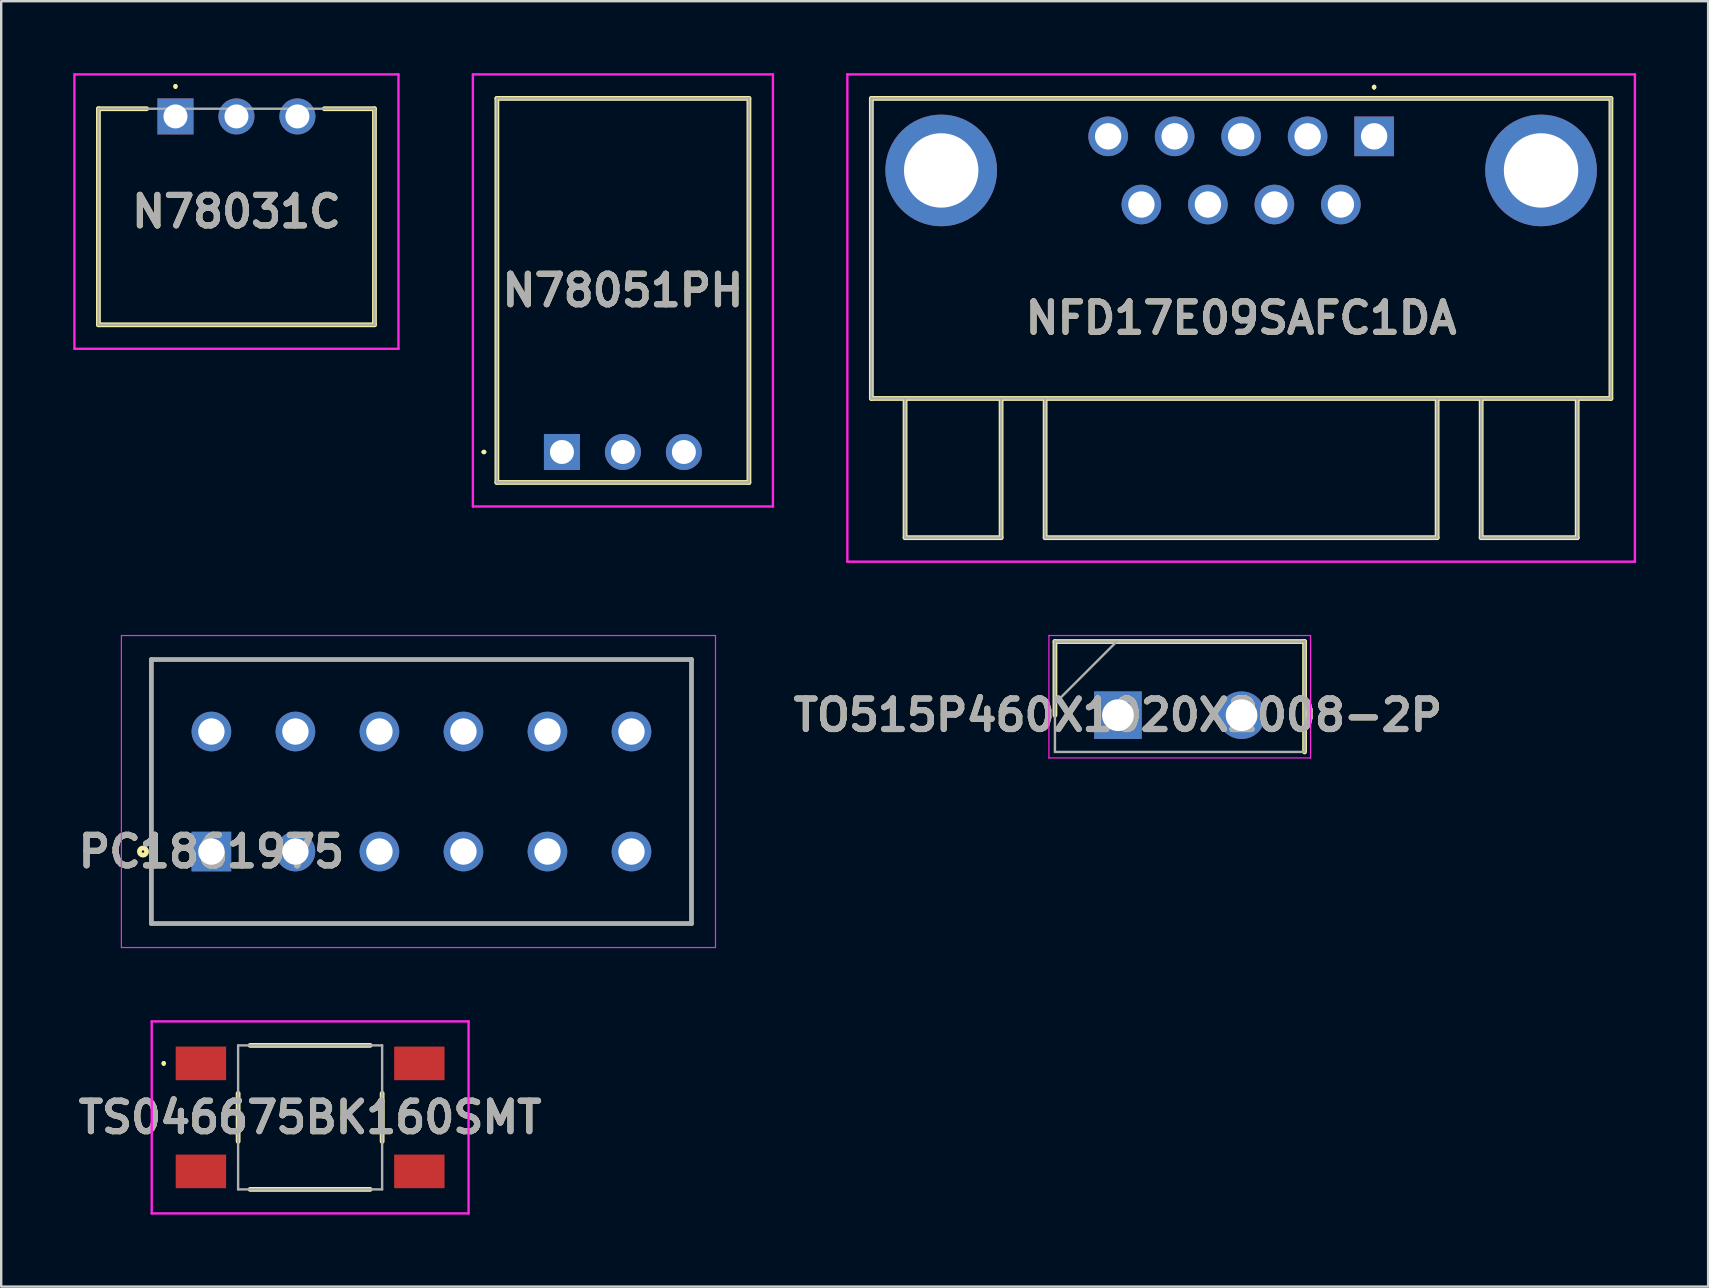
<source format=kicad_pcb>
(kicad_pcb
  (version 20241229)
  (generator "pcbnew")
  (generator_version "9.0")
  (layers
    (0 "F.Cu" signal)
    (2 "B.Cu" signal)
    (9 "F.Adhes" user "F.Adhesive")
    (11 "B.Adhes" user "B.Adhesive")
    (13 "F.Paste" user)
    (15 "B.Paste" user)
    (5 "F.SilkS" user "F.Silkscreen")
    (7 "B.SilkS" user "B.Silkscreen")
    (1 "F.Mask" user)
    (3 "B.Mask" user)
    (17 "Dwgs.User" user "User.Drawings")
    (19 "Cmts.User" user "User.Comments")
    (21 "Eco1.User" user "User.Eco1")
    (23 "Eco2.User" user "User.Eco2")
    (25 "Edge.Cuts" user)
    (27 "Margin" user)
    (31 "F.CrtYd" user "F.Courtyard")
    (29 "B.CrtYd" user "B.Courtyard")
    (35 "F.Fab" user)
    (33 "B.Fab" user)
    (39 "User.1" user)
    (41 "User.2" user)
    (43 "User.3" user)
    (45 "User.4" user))
  (footprint "NFD17E09SAFC1DA"
    (layer "F.Cu")
    (at 54.195 2.63)
    (property "Reference" "NFD17E09SAFC1DA" (at -5.54 7.57 0) (layer "F.SilkS") (effects (font (size 1.27 1.27) (thickness 0.254))))
    (attr through_hole)
    (fp_line (start -20.945 -1.58) (end 9.865 -1.58) (stroke (width 0.2) (type solid)) (layer "F.SilkS"))
    (fp_line (start -20.945 10.92) (end -20.945 -1.58) (stroke (width 0.2) (type solid)) (layer "F.SilkS"))
    (fp_line (start -19.54 16.72) (end -19.54 10.92) (stroke (width 0.2) (type solid)) (layer "F.SilkS"))
    (fp_line (start -15.54 10.92) (end -15.54 16.72) (stroke (width 0.2) (type solid)) (layer "F.SilkS"))
    (fp_line (start -15.54 16.72) (end -19.54 16.72) (stroke (width 0.2) (type solid)) (layer "F.SilkS"))
    (fp_line (start -13.705 10.92) (end -13.705 16.72) (stroke (width 0.2) (type solid)) (layer "F.SilkS"))
    (fp_line (start -13.705 16.72) (end 2.625 16.72) (stroke (width 0.2) (type solid)) (layer "F.SilkS"))
    (fp_line (start 0 -2.1) (end 0 -2.1) (stroke (width 0.1) (type solid)) (layer "F.SilkS"))
    (fp_line (start 0 -2) (end 0 -2) (stroke (width 0.1) (type solid)) (layer "F.SilkS"))
    (fp_line (start 2.625 16.72) (end 2.625 10.92) (stroke (width 0.2) (type solid)) (layer "F.SilkS"))
    (fp_line (start 4.46 10.92) (end 4.46 16.72) (stroke (width 0.2) (type solid)) (layer "F.SilkS"))
    (fp_line (start 4.46 16.72) (end 8.46 16.72) (stroke (width 0.2) (type solid)) (layer "F.SilkS"))
    (fp_line (start 8.46 16.72) (end 8.46 10.92) (stroke (width 0.2) (type solid)) (layer "F.SilkS"))
    (fp_line (start 9.865 -1.58) (end 9.865 10.92) (stroke (width 0.2) (type solid)) (layer "F.SilkS"))
    (fp_line (start 9.865 10.92) (end -20.945 10.92) (stroke (width 0.2) (type solid)) (layer "F.SilkS"))
    (fp_arc (start 0 -2.1) (mid 0.05 -2.05) (end 0 -2) (stroke (width 0.1) (type solid)) (layer "F.SilkS"))
    (fp_arc (start 0 -2) (mid -0.05 -2.05) (end 0 -2.1) (stroke (width 0.1) (type solid)) (layer "F.SilkS"))
    (fp_line (start -21.945 -2.58) (end 10.865 -2.58) (stroke (width 0.1) (type solid)) (layer "F.CrtYd"))
    (fp_line (start -21.945 17.72) (end -21.945 -2.58) (stroke (width 0.1) (type solid)) (layer "F.CrtYd"))
    (fp_line (start 10.865 -2.58) (end 10.865 17.72) (stroke (width 0.1) (type solid)) (layer "F.CrtYd"))
    (fp_line (start 10.865 17.72) (end -21.945 17.72) (stroke (width 0.1) (type solid)) (layer "F.CrtYd"))
    (fp_line (start -20.945 -1.58) (end 9.865 -1.58) (stroke (width 0.1) (type solid)) (layer "F.Fab"))
    (fp_line (start -20.945 10.92) (end -20.945 -1.58) (stroke (width 0.1) (type solid)) (layer "F.Fab"))
    (fp_line (start -19.54 10.92) (end -19.54 16.72) (stroke (width 0.1) (type solid)) (layer "F.Fab"))
    (fp_line (start -19.54 16.72) (end -15.54 16.72) (stroke (width 0.1) (type solid)) (layer "F.Fab"))
    (fp_line (start -15.54 16.72) (end -15.54 10.92) (stroke (width 0.1) (type solid)) (layer "F.Fab"))
    (fp_line (start -13.705 10.92) (end -13.705 16.72) (stroke (width 0.1) (type solid)) (layer "F.Fab"))
    (fp_line (start -13.705 16.72) (end 2.625 16.72) (stroke (width 0.1) (type solid)) (layer "F.Fab"))
    (fp_line (start 2.625 16.72) (end 2.625 10.92) (stroke (width 0.1) (type solid)) (layer "F.Fab"))
    (fp_line (start 4.46 16.72) (end 4.46 10.92) (stroke (width 0.1) (type solid)) (layer "F.Fab"))
    (fp_line (start 8.46 10.92) (end 8.46 16.72) (stroke (width 0.1) (type solid)) (layer "F.Fab"))
    (fp_line (start 8.46 16.72) (end 4.46 16.72) (stroke (width 0.1) (type solid)) (layer "F.Fab"))
    (fp_line (start 9.865 -1.58) (end 9.865 10.92) (stroke (width 0.1) (type solid)) (layer "F.Fab"))
    (fp_line (start 9.865 10.92) (end -20.945 10.92) (stroke (width 0.1) (type solid)) (layer "F.Fab"))
    (fp_text user "${REFERENCE}" (at -5.54 7.57 0) (layer "F.Fab") (effects (font (size 1.27 1.27) (thickness 0.254))))
    (pad "1" thru_hole rect (at 0 0) (size 1.65 1.65) (drill 1.1) (layers "*.Cu" "*.Mask"))
    (pad "2" thru_hole circle (at -2.77 0) (size 1.65 1.65) (drill 1.1) (layers "*.Cu" "*.Mask"))
    (pad "3" thru_hole circle (at -5.54 0) (size 1.65 1.65) (drill 1.1) (layers "*.Cu" "*.Mask"))
    (pad "4" thru_hole circle (at -8.31 0) (size 1.65 1.65) (drill 1.1) (layers "*.Cu" "*.Mask"))
    (pad "5" thru_hole circle (at -11.08 0) (size 1.65 1.65) (drill 1.1) (layers "*.Cu" "*.Mask"))
    (pad "6" thru_hole circle (at -1.385 2.84) (size 1.65 1.65) (drill 1.1) (layers "*.Cu" "*.Mask"))
    (pad "7" thru_hole circle (at -4.155 2.84) (size 1.65 1.65) (drill 1.1) (layers "*.Cu" "*.Mask"))
    (pad "8" thru_hole circle (at -6.925 2.84) (size 1.65 1.65) (drill 1.1) (layers "*.Cu" "*.Mask"))
    (pad "9" thru_hole circle (at -9.695 2.84) (size 1.65 1.65) (drill 1.1) (layers "*.Cu" "*.Mask"))
    (pad "MH1" thru_hole circle (at 6.955 1.42) (size 4.65 4.65) (drill 3.1) (layers "*.Cu" "*.Mask"))
    (pad "MH2" thru_hole circle (at -18.035 1.42) (size 4.65 4.65) (drill 3.1) (layers "*.Cu" "*.Mask")))
  (footprint "N78051PH"
    (layer "F.Cu")
    (at 20.36 15.78)
    (property "Reference" "N78051PH" (at 2.54 -6.73 0) (layer "F.SilkS") (effects (font (size 1.27 1.27) (thickness 0.254))))
    (attr through_hole)
    (fp_line (start -3.3 0) (end -3.3 0) (stroke (width 0.1) (type solid)) (layer "F.SilkS"))
    (fp_line (start -3.2 0) (end -3.2 0) (stroke (width 0.1) (type solid)) (layer "F.SilkS"))
    (fp_line (start -2.71 -14.73) (end 7.79 -14.73) (stroke (width 0.2) (type solid)) (layer "F.SilkS"))
    (fp_line (start -2.71 1.27) (end -2.71 -14.73) (stroke (width 0.2) (type solid)) (layer "F.SilkS"))
    (fp_line (start 7.79 -14.73) (end 7.79 1.27) (stroke (width 0.2) (type solid)) (layer "F.SilkS"))
    (fp_line (start 7.79 1.27) (end -2.71 1.27) (stroke (width 0.2) (type solid)) (layer "F.SilkS"))
    (fp_arc (start -3.3 0) (mid -3.25 -0.05) (end -3.2 0) (stroke (width 0.1) (type solid)) (layer "F.SilkS"))
    (fp_arc (start -3.2 0) (mid -3.25 0.05) (end -3.3 0) (stroke (width 0.1) (type solid)) (layer "F.SilkS"))
    (fp_line (start -3.71 -15.73) (end 8.79 -15.73) (stroke (width 0.1) (type solid)) (layer "F.CrtYd"))
    (fp_line (start -3.71 2.27) (end -3.71 -15.73) (stroke (width 0.1) (type solid)) (layer "F.CrtYd"))
    (fp_line (start 8.79 -15.73) (end 8.79 2.27) (stroke (width 0.1) (type solid)) (layer "F.CrtYd"))
    (fp_line (start 8.79 2.27) (end -3.71 2.27) (stroke (width 0.1) (type solid)) (layer "F.CrtYd"))
    (fp_line (start -2.71 -14.73) (end 7.79 -14.73) (stroke (width 0.1) (type solid)) (layer "F.Fab"))
    (fp_line (start -2.71 1.27) (end -2.71 -14.73) (stroke (width 0.1) (type solid)) (layer "F.Fab"))
    (fp_line (start 7.79 -14.73) (end 7.79 1.27) (stroke (width 0.1) (type solid)) (layer "F.Fab"))
    (fp_line (start 7.79 1.27) (end -2.71 1.27) (stroke (width 0.1) (type solid)) (layer "F.Fab"))
    (fp_text user "${REFERENCE}" (at 2.54 -6.73 0) (layer "F.Fab") (effects (font (size 1.27 1.27) (thickness 0.254))))
    (pad "1" thru_hole rect (at 0 0) (size 1.5 1.5) (drill 1) (layers "*.Cu" "*.Mask"))
    (pad "2" thru_hole circle (at 2.54 0) (size 1.5 1.5) (drill 1) (layers "*.Cu" "*.Mask"))
    (pad "3" thru_hole circle (at 5.08 0) (size 1.5 1.5) (drill 1) (layers "*.Cu" "*.Mask")))
  (footprint "TO515P460X1020X2008-2P"
    (layer "F.Cu")
    (at 43.523 26.745)
    (property "Reference" "TO515P460X1020X2008-2P" (at 0 0 0) (layer "F.SilkS") (effects (font (size 1.27 1.27) (thickness 0.254))))
    (attr through_hole)
    (fp_line (start -2.625 -3.07) (end -2.625 0) (stroke (width 0.2) (type solid)) (layer "F.SilkS"))
    (fp_line (start 7.775 -3.07) (end -2.625 -3.07) (stroke (width 0.2) (type solid)) (layer "F.SilkS"))
    (fp_line (start 7.775 1.53) (end 7.775 -3.07) (stroke (width 0.2) (type solid)) (layer "F.SilkS"))
    (fp_line (start -2.875 -3.32) (end 8.025 -3.32) (stroke (width 0.05) (type solid)) (layer "F.CrtYd"))
    (fp_line (start -2.875 1.78) (end -2.875 -3.32) (stroke (width 0.05) (type solid)) (layer "F.CrtYd"))
    (fp_line (start 8.025 -3.32) (end 8.025 1.78) (stroke (width 0.05) (type solid)) (layer "F.CrtYd"))
    (fp_line (start 8.025 1.78) (end -2.875 1.78) (stroke (width 0.05) (type solid)) (layer "F.CrtYd"))
    (fp_line (start -2.625 -3.07) (end 7.775 -3.07) (stroke (width 0.1) (type solid)) (layer "F.Fab"))
    (fp_line (start -2.625 -0.495) (end -0.05 -3.07) (stroke (width 0.1) (type solid)) (layer "F.Fab"))
    (fp_line (start -2.625 1.53) (end -2.625 -3.07) (stroke (width 0.1) (type solid)) (layer "F.Fab"))
    (fp_line (start 7.775 -3.07) (end 7.775 1.53) (stroke (width 0.1) (type solid)) (layer "F.Fab"))
    (fp_line (start 7.775 1.53) (end -2.625 1.53) (stroke (width 0.1) (type solid)) (layer "F.Fab"))
    (fp_text user "${REFERENCE}" (at 0 0 0) (layer "F.Fab") (effects (font (size 1.27 1.27) (thickness 0.254))))
    (pad "1" thru_hole rect (at 0 0) (size 1.98 1.98) (drill 1.32) (layers "*.Cu" "*.Mask"))
    (pad "2" thru_hole circle (at 5.15 0) (size 1.98 1.98) (drill 1.32) (layers "*.Cu" "*.Mask")))
  (footprint "N78031C"
    (layer "F.Cu")
    (at 4.26 1.8)
    (property "Reference" "N78031C" (at 2.54 3.965 0) (layer "F.SilkS") (effects (font (size 1.27 1.27) (thickness 0.254))))
    (attr through_hole)
    (fp_line (start -3.21 -0.32) (end -3.21 8.68) (stroke (width 0.2) (type solid)) (layer "F.SilkS"))
    (fp_line (start -3.21 8.68) (end 8.29 8.68) (stroke (width 0.2) (type solid)) (layer "F.SilkS"))
    (fp_line (start -1.2 -0.32) (end -3.21 -0.32) (stroke (width 0.2) (type solid)) (layer "F.SilkS"))
    (fp_line (start 0 -1.3) (end 0 -1.3) (stroke (width 0.1) (type solid)) (layer "F.SilkS"))
    (fp_line (start 0 -1.2) (end 0 -1.2) (stroke (width 0.1) (type solid)) (layer "F.SilkS"))
    (fp_line (start 8.29 -0.32) (end 6.2 -0.32) (stroke (width 0.2) (type solid)) (layer "F.SilkS"))
    (fp_line (start 8.29 8.68) (end 8.29 -0.32) (stroke (width 0.2) (type solid)) (layer "F.SilkS"))
    (fp_arc (start 0 -1.3) (mid 0.05 -1.25) (end 0 -1.2) (stroke (width 0.1) (type solid)) (layer "F.SilkS"))
    (fp_arc (start 0 -1.2) (mid -0.05 -1.25) (end 0 -1.3) (stroke (width 0.1) (type solid)) (layer "F.SilkS"))
    (fp_line (start -4.21 -1.75) (end 9.29 -1.75) (stroke (width 0.1) (type solid)) (layer "F.CrtYd"))
    (fp_line (start -4.21 9.68) (end -4.21 -1.75) (stroke (width 0.1) (type solid)) (layer "F.CrtYd"))
    (fp_line (start 9.29 -1.75) (end 9.29 9.68) (stroke (width 0.1) (type solid)) (layer "F.CrtYd"))
    (fp_line (start 9.29 9.68) (end -4.21 9.68) (stroke (width 0.1) (type solid)) (layer "F.CrtYd"))
    (fp_line (start -3.21 -0.32) (end 8.29 -0.32) (stroke (width 0.1) (type solid)) (layer "F.Fab"))
    (fp_line (start -3.21 8.68) (end -3.21 -0.32) (stroke (width 0.1) (type solid)) (layer "F.Fab"))
    (fp_line (start 8.29 -0.32) (end 8.29 8.68) (stroke (width 0.1) (type solid)) (layer "F.Fab"))
    (fp_line (start 8.29 8.68) (end -3.21 8.68) (stroke (width 0.1) (type solid)) (layer "F.Fab"))
    (fp_text user "${REFERENCE}" (at 2.54 3.965 0) (layer "F.Fab") (effects (font (size 1.27 1.27) (thickness 0.254))))
    (pad "1" thru_hole rect (at 0 0) (size 1.5 1.5) (drill 1) (layers "*.Cu" "*.Mask"))
    (pad "2" thru_hole circle (at 2.54 0) (size 1.5 1.5) (drill 1) (layers "*.Cu" "*.Mask"))
    (pad "3" thru_hole circle (at 5.08 0) (size 1.5 1.5) (drill 1) (layers "*.Cu" "*.Mask")))
  (footprint "TS046675BK160SMT"
    (layer "F.Cu")
    (at 9.87 43.5)
    (property "Reference" "TS046675BK160SMT" (at 0 0 0) (layer "F.SilkS") (effects (font (size 1.27 1.27) (thickness 0.254))))
    (attr smd)
    (fp_line (start -6.1 -2.3) (end -6.1 -2.3) (stroke (width 0.1) (type solid)) (layer "F.SilkS"))
    (fp_line (start -6.1 -2.2) (end -6.1 -2.2) (stroke (width 0.1) (type solid)) (layer "F.SilkS"))
    (fp_line (start -3 -1) (end -3 1) (stroke (width 0.2) (type solid)) (layer "F.SilkS"))
    (fp_line (start -2.5 -3) (end 2.5 -3) (stroke (width 0.2) (type solid)) (layer "F.SilkS"))
    (fp_line (start -2.5 3) (end 2.5 3) (stroke (width 0.2) (type solid)) (layer "F.SilkS"))
    (fp_line (start 3 -1) (end 3 1) (stroke (width 0.2) (type solid)) (layer "F.SilkS"))
    (fp_arc (start -6.1 -2.3) (mid -6.05 -2.25) (end -6.1 -2.2) (stroke (width 0.1) (type solid)) (layer "F.SilkS"))
    (fp_arc (start -6.1 -2.2) (mid -6.15 -2.25) (end -6.1 -2.3) (stroke (width 0.1) (type solid)) (layer "F.SilkS"))
    (fp_line (start -6.6 -4) (end 6.6 -4) (stroke (width 0.1) (type solid)) (layer "F.CrtYd"))
    (fp_line (start -6.6 4) (end -6.6 -4) (stroke (width 0.1) (type solid)) (layer "F.CrtYd"))
    (fp_line (start 6.6 -4) (end 6.6 4) (stroke (width 0.1) (type solid)) (layer "F.CrtYd"))
    (fp_line (start 6.6 4) (end -6.6 4) (stroke (width 0.1) (type solid)) (layer "F.CrtYd"))
    (fp_line (start -3 -3) (end 3 -3) (stroke (width 0.1) (type solid)) (layer "F.Fab"))
    (fp_line (start -3 3) (end -3 -3) (stroke (width 0.1) (type solid)) (layer "F.Fab"))
    (fp_line (start 3 -3) (end 3 3) (stroke (width 0.1) (type solid)) (layer "F.Fab"))
    (fp_line (start 3 3) (end -3 3) (stroke (width 0.1) (type solid)) (layer "F.Fab"))
    (fp_text user "${REFERENCE}" (at 0 0 0) (layer "F.Fab") (effects (font (size 1.27 1.27) (thickness 0.254))))
    (pad "1" smd rect (at -4.55 -2.25 90) (size 1.4 2.1) (layers "F.Cu" "F.Mask" "F.Paste"))
    (pad "2" smd rect (at 4.55 -2.25 90) (size 1.4 2.1) (layers "F.Cu" "F.Mask" "F.Paste"))
    (pad "3" smd rect (at -4.55 2.25 90) (size 1.4 2.1) (layers "F.Cu" "F.Mask" "F.Paste"))
    (pad "4" smd rect (at 4.55 2.25 90) (size 1.4 2.1) (layers "F.Cu" "F.Mask" "F.Paste")))
  (footprint "PC1861975"
    (layer "F.Cu")
    (at 5.757 32.425)
    (property "Reference" "PC1861975" (at 0 0 0) (layer "F.SilkS") (effects (font (size 1.27 1.27) (thickness 0.254))))
    (attr through_hole)
    (fp_line (start -2.5 -8) (end 20 -8) (stroke (width 0.1) (type solid)) (layer "F.SilkS"))
    (fp_line (start -2.5 3) (end -2.5 -8) (stroke (width 0.1) (type solid)) (layer "F.SilkS"))
    (fp_line (start 20 -8) (end 20 3) (stroke (width 0.1) (type solid)) (layer "F.SilkS"))
    (fp_line (start 20 3) (end -2.5 3) (stroke (width 0.1) (type solid)) (layer "F.SilkS"))
    (fp_circle (center -2.85 0) (end -2.85 0.05) (stroke (width 0.2) (type solid)) (fill no) (layer "F.SilkS"))
    (fp_line (start -3.75 -9) (end 21 -9) (stroke (width 0.05) (type solid)) (layer "F.CrtYd"))
    (fp_line (start -3.75 4) (end -3.75 -9) (stroke (width 0.05) (type solid)) (layer "F.CrtYd"))
    (fp_line (start 21 -9) (end 21 4) (stroke (width 0.05) (type solid)) (layer "F.CrtYd"))
    (fp_line (start 21 4) (end -3.75 4) (stroke (width 0.05) (type solid)) (layer "F.CrtYd"))
    (fp_line (start -2.5 -8) (end 20 -8) (stroke (width 0.2) (type solid)) (layer "F.Fab"))
    (fp_line (start -2.5 3) (end -2.5 -8) (stroke (width 0.2) (type solid)) (layer "F.Fab"))
    (fp_line (start 20 -8) (end 20 3) (stroke (width 0.2) (type solid)) (layer "F.Fab"))
    (fp_line (start 20 3) (end -2.5 3) (stroke (width 0.2) (type solid)) (layer "F.Fab"))
    (fp_text user "${REFERENCE}" (at 0 0 0) (layer "F.Fab") (effects (font (size 1.27 1.27) (thickness 0.254))))
    (pad "1" thru_hole rect (at 0 0) (size 1.65 1.65) (drill 1.1) (layers "*.Cu" "*.Mask"))
    (pad "2" thru_hole circle (at 0 -5) (size 1.65 1.65) (drill 1.1) (layers "*.Cu" "*.Mask"))
    (pad "3" thru_hole circle (at 3.5 0) (size 1.65 1.65) (drill 1.1) (layers "*.Cu" "*.Mask"))
    (pad "4" thru_hole circle (at 3.5 -5) (size 1.65 1.65) (drill 1.1) (layers "*.Cu" "*.Mask"))
    (pad "5" thru_hole circle (at 7 0) (size 1.65 1.65) (drill 1.1) (layers "*.Cu" "*.Mask"))
    (pad "6" thru_hole circle (at 7 -5) (size 1.65 1.65) (drill 1.1) (layers "*.Cu" "*.Mask"))
    (pad "7" thru_hole circle (at 10.5 0) (size 1.65 1.65) (drill 1.1) (layers "*.Cu" "*.Mask"))
    (pad "8" thru_hole circle (at 10.5 -5) (size 1.65 1.65) (drill 1.1) (layers "*.Cu" "*.Mask"))
    (pad "9" thru_hole circle (at 14 0) (size 1.65 1.65) (drill 1.1) (layers "*.Cu" "*.Mask"))
    (pad "10" thru_hole circle (at 14 -5) (size 1.65 1.65) (drill 1.1) (layers "*.Cu" "*.Mask"))
    (pad "11" thru_hole circle (at 17.5 0) (size 1.65 1.65) (drill 1.1) (layers "*.Cu" "*.Mask"))
    (pad "12" thru_hole circle (at 17.5 -5) (size 1.65 1.65) (drill 1.1) (layers "*.Cu" "*.Mask")))
  (gr_rect
    (start -3 -3)
    (end 68.11 50.55)
    (stroke (width 0.1) (type default))
    (fill no)
    (layer "Edge.Cuts")))
</source>
